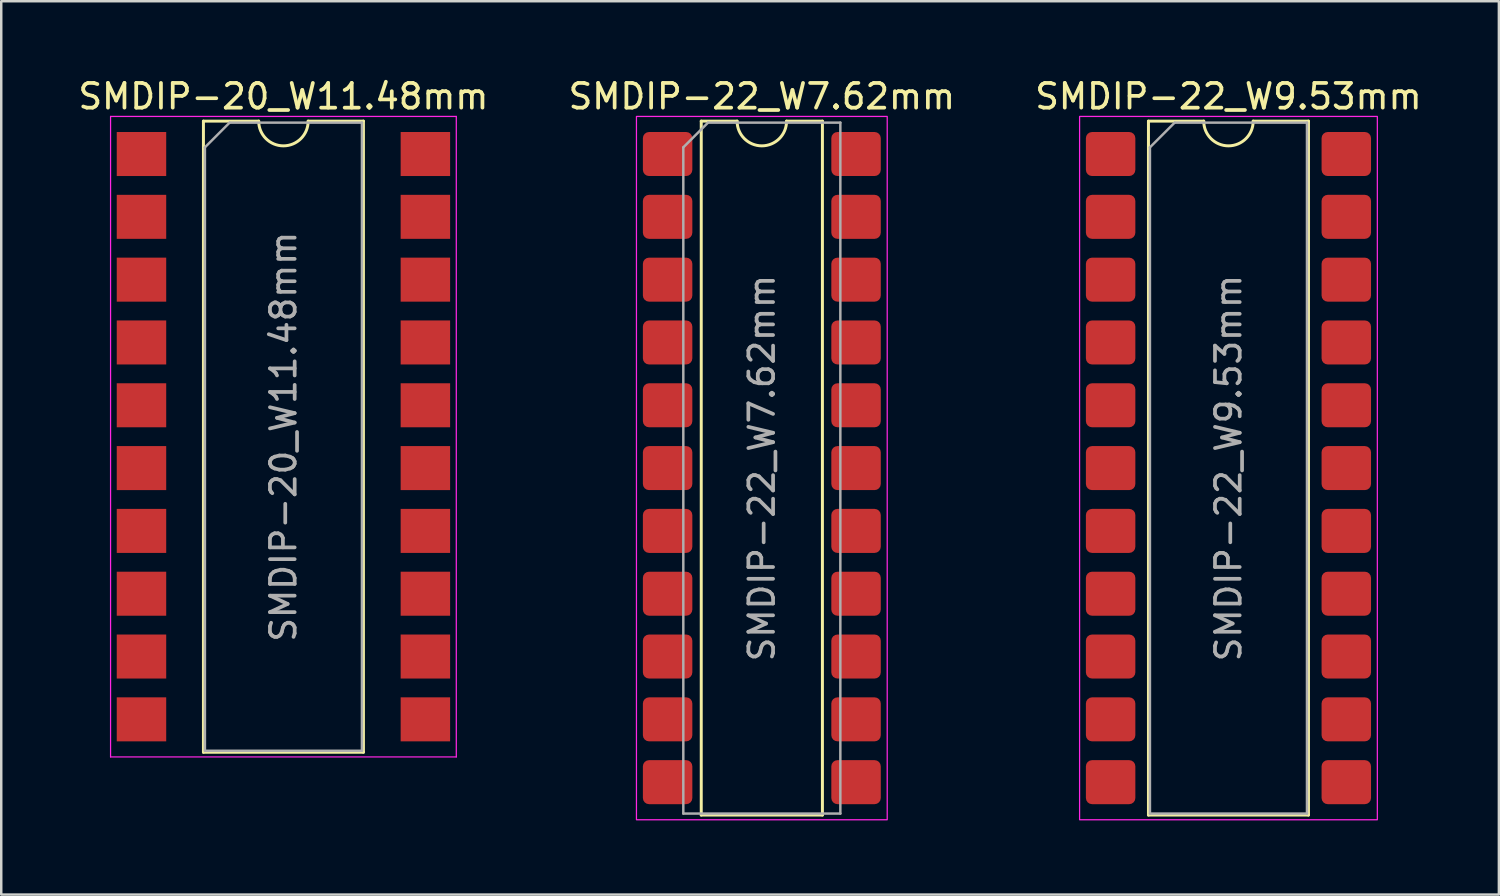
<source format=kicad_pcb>
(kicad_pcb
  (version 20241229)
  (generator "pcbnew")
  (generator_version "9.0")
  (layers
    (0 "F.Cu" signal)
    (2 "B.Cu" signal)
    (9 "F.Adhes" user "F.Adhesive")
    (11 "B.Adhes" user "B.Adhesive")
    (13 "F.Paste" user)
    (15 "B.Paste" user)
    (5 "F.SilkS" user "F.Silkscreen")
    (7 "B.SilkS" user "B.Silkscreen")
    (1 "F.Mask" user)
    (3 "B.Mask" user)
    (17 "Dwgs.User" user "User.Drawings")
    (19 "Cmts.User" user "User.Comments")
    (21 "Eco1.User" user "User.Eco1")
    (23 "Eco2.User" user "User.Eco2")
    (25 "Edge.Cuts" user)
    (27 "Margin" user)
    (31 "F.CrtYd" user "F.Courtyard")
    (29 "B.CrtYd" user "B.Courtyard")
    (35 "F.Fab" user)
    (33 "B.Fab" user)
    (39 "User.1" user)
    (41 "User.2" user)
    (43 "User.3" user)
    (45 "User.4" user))
  (footprint "SMDIP-22_W7.62mm"
    (layer "F.Cu")
    (at 27.756 15.878)
    (property "Reference" "SMDIP-22_W7.62mm" (at 0 -15.03 0) (layer "F.SilkS") (effects (font (size 1 1) (thickness 0.15))))
    (attr smd)
    (fp_line (start -2.45 -14.03) (end -2.45 14.03) (stroke (width 0.12) (type solid)) (layer "F.SilkS"))
    (fp_line (start -2.45 14.03) (end 2.45 14.03) (stroke (width 0.12) (type solid)) (layer "F.SilkS"))
    (fp_line (start -1 -14.03) (end -2.45 -14.03) (stroke (width 0.12) (type solid)) (layer "F.SilkS"))
    (fp_line (start 2.45 -14.03) (end 1 -14.03) (stroke (width 0.12) (type solid)) (layer "F.SilkS"))
    (fp_line (start 2.45 14.03) (end 2.45 -14.03) (stroke (width 0.12) (type solid)) (layer "F.SilkS"))
    (fp_arc (start 1 -14.03) (mid 0 -13.03) (end -1 -14.03) (stroke (width 0.12) (type solid)) (layer "F.SilkS"))
    (fp_rect (start -5.07 -14.22) (end 5.07 14.22) (stroke (width 0.05) (type solid)) (fill no) (layer "F.CrtYd"))
    (fp_line (start -3.175 -12.97) (end -2.175 -13.97) (stroke (width 0.1) (type solid)) (layer "F.Fab"))
    (fp_line (start -3.175 13.97) (end -3.175 -12.97) (stroke (width 0.1) (type solid)) (layer "F.Fab"))
    (fp_line (start -2.175 -13.97) (end 3.175 -13.97) (stroke (width 0.1) (type solid)) (layer "F.Fab"))
    (fp_line (start 3.175 -13.97) (end 3.175 13.97) (stroke (width 0.1) (type solid)) (layer "F.Fab"))
    (fp_line (start 3.175 13.97) (end -3.175 13.97) (stroke (width 0.1) (type solid)) (layer "F.Fab"))
    (fp_text user "${REFERENCE}" (at 0 0 90) (layer "F.Fab") (effects (font (size 1 1) (thickness 0.15))))
    (pad "1" smd roundrect (at -3.81 -12.7) (size 2 1.78) (layers "F.Cu" "F.Mask" "F.Paste") (roundrect_rratio 0.14))
    (pad "2" smd roundrect (at -3.81 -10.16) (size 2 1.78) (layers "F.Cu" "F.Mask" "F.Paste") (roundrect_rratio 0.14))
    (pad "3" smd roundrect (at -3.81 -7.62) (size 2 1.78) (layers "F.Cu" "F.Mask" "F.Paste") (roundrect_rratio 0.14))
    (pad "4" smd roundrect (at -3.81 -5.08) (size 2 1.78) (layers "F.Cu" "F.Mask" "F.Paste") (roundrect_rratio 0.14))
    (pad "5" smd roundrect (at -3.81 -2.54) (size 2 1.78) (layers "F.Cu" "F.Mask" "F.Paste") (roundrect_rratio 0.14))
    (pad "6" smd roundrect (at -3.81 0) (size 2 1.78) (layers "F.Cu" "F.Mask" "F.Paste") (roundrect_rratio 0.14))
    (pad "7" smd roundrect (at -3.81 2.54) (size 2 1.78) (layers "F.Cu" "F.Mask" "F.Paste") (roundrect_rratio 0.14))
    (pad "8" smd roundrect (at -3.81 5.08) (size 2 1.78) (layers "F.Cu" "F.Mask" "F.Paste") (roundrect_rratio 0.14))
    (pad "9" smd roundrect (at -3.81 7.62) (size 2 1.78) (layers "F.Cu" "F.Mask" "F.Paste") (roundrect_rratio 0.14))
    (pad "10" smd roundrect (at -3.81 10.16) (size 2 1.78) (layers "F.Cu" "F.Mask" "F.Paste") (roundrect_rratio 0.14))
    (pad "11" smd roundrect (at -3.81 12.7) (size 2 1.78) (layers "F.Cu" "F.Mask" "F.Paste") (roundrect_rratio 0.14))
    (pad "12" smd roundrect (at 3.81 12.7) (size 2 1.78) (layers "F.Cu" "F.Mask" "F.Paste") (roundrect_rratio 0.14))
    (pad "13" smd roundrect (at 3.81 10.16) (size 2 1.78) (layers "F.Cu" "F.Mask" "F.Paste") (roundrect_rratio 0.14))
    (pad "14" smd roundrect (at 3.81 7.62) (size 2 1.78) (layers "F.Cu" "F.Mask" "F.Paste") (roundrect_rratio 0.14))
    (pad "15" smd roundrect (at 3.81 5.08) (size 2 1.78) (layers "F.Cu" "F.Mask" "F.Paste") (roundrect_rratio 0.14))
    (pad "16" smd roundrect (at 3.81 2.54) (size 2 1.78) (layers "F.Cu" "F.Mask" "F.Paste") (roundrect_rratio 0.14))
    (pad "17" smd roundrect (at 3.81 0) (size 2 1.78) (layers "F.Cu" "F.Mask" "F.Paste") (roundrect_rratio 0.14))
    (pad "18" smd roundrect (at 3.81 -2.54) (size 2 1.78) (layers "F.Cu" "F.Mask" "F.Paste") (roundrect_rratio 0.14))
    (pad "19" smd roundrect (at 3.81 -5.08) (size 2 1.78) (layers "F.Cu" "F.Mask" "F.Paste") (roundrect_rratio 0.14))
    (pad "20" smd roundrect (at 3.81 -7.62) (size 2 1.78) (layers "F.Cu" "F.Mask" "F.Paste") (roundrect_rratio 0.14))
    (pad "21" smd roundrect (at 3.81 -10.16) (size 2 1.78) (layers "F.Cu" "F.Mask" "F.Paste") (roundrect_rratio 0.14))
    (pad "22" smd roundrect (at 3.81 -12.7) (size 2 1.78) (layers "F.Cu" "F.Mask" "F.Paste") (roundrect_rratio 0.14)))
  (footprint "SMDIP-20_W11.48mm"
    (layer "F.Cu")
    (at 8.411 14.608)
    (property "Reference" "SMDIP-20_W11.48mm" (at 0 -13.76 0) (layer "F.SilkS") (effects (font (size 1 1) (thickness 0.15))))
    (attr smd)
    (fp_line (start -3.235 -12.76) (end -3.235 12.76) (stroke (width 0.12) (type solid)) (layer "F.SilkS"))
    (fp_line (start -3.235 12.76) (end 3.235 12.76) (stroke (width 0.12) (type solid)) (layer "F.SilkS"))
    (fp_line (start -1 -12.76) (end -3.235 -12.76) (stroke (width 0.12) (type solid)) (layer "F.SilkS"))
    (fp_line (start 3.235 -12.76) (end 1 -12.76) (stroke (width 0.12) (type solid)) (layer "F.SilkS"))
    (fp_line (start 3.235 12.76) (end 3.235 -12.76) (stroke (width 0.12) (type solid)) (layer "F.SilkS"))
    (fp_arc (start 1 -12.76) (mid 0 -11.76) (end -1 -12.76) (stroke (width 0.12) (type solid)) (layer "F.SilkS"))
    (fp_line (start -6.99 -12.95) (end -6.99 12.95) (stroke (width 0.05) (type solid)) (layer "F.CrtYd"))
    (fp_line (start -6.99 12.95) (end 6.99 12.95) (stroke (width 0.05) (type solid)) (layer "F.CrtYd"))
    (fp_line (start 6.99 -12.95) (end -6.99 -12.95) (stroke (width 0.05) (type solid)) (layer "F.CrtYd"))
    (fp_line (start 6.99 12.95) (end 6.99 -12.95) (stroke (width 0.05) (type solid)) (layer "F.CrtYd"))
    (fp_line (start -3.175 -11.7) (end -2.175 -12.7) (stroke (width 0.1) (type solid)) (layer "F.Fab"))
    (fp_line (start -3.175 12.7) (end -3.175 -11.7) (stroke (width 0.1) (type solid)) (layer "F.Fab"))
    (fp_line (start -2.175 -12.7) (end 3.175 -12.7) (stroke (width 0.1) (type solid)) (layer "F.Fab"))
    (fp_line (start 3.175 -12.7) (end 3.175 12.7) (stroke (width 0.1) (type solid)) (layer "F.Fab"))
    (fp_line (start 3.175 12.7) (end -3.175 12.7) (stroke (width 0.1) (type solid)) (layer "F.Fab"))
    (fp_text user "${REFERENCE}" (at 0 0 90) (layer "F.Fab") (effects (font (size 1 1) (thickness 0.15))))
    (pad "1" smd rect (at -5.74 -11.43) (size 2 1.78) (layers "F.Cu" "F.Mask" "F.Paste"))
    (pad "2" smd rect (at -5.74 -8.89) (size 2 1.78) (layers "F.Cu" "F.Mask" "F.Paste"))
    (pad "3" smd rect (at -5.74 -6.35) (size 2 1.78) (layers "F.Cu" "F.Mask" "F.Paste"))
    (pad "4" smd rect (at -5.74 -3.81) (size 2 1.78) (layers "F.Cu" "F.Mask" "F.Paste"))
    (pad "5" smd rect (at -5.74 -1.27) (size 2 1.78) (layers "F.Cu" "F.Mask" "F.Paste"))
    (pad "6" smd rect (at -5.74 1.27) (size 2 1.78) (layers "F.Cu" "F.Mask" "F.Paste"))
    (pad "7" smd rect (at -5.74 3.81) (size 2 1.78) (layers "F.Cu" "F.Mask" "F.Paste"))
    (pad "8" smd rect (at -5.74 6.35) (size 2 1.78) (layers "F.Cu" "F.Mask" "F.Paste"))
    (pad "9" smd rect (at -5.74 8.89) (size 2 1.78) (layers "F.Cu" "F.Mask" "F.Paste"))
    (pad "10" smd rect (at -5.74 11.43) (size 2 1.78) (layers "F.Cu" "F.Mask" "F.Paste"))
    (pad "11" smd rect (at 5.74 11.43) (size 2 1.78) (layers "F.Cu" "F.Mask" "F.Paste"))
    (pad "12" smd rect (at 5.74 8.89) (size 2 1.78) (layers "F.Cu" "F.Mask" "F.Paste"))
    (pad "13" smd rect (at 5.74 6.35) (size 2 1.78) (layers "F.Cu" "F.Mask" "F.Paste"))
    (pad "14" smd rect (at 5.74 3.81) (size 2 1.78) (layers "F.Cu" "F.Mask" "F.Paste"))
    (pad "15" smd rect (at 5.74 1.27) (size 2 1.78) (layers "F.Cu" "F.Mask" "F.Paste"))
    (pad "16" smd rect (at 5.74 -1.27) (size 2 1.78) (layers "F.Cu" "F.Mask" "F.Paste"))
    (pad "17" smd rect (at 5.74 -3.81) (size 2 1.78) (layers "F.Cu" "F.Mask" "F.Paste"))
    (pad "18" smd rect (at 5.74 -6.35) (size 2 1.78) (layers "F.Cu" "F.Mask" "F.Paste"))
    (pad "19" smd rect (at 5.74 -8.89) (size 2 1.78) (layers "F.Cu" "F.Mask" "F.Paste"))
    (pad "20" smd rect (at 5.74 -11.43) (size 2 1.78) (layers "F.Cu" "F.Mask" "F.Paste")))
  (footprint "SMDIP-22_W9.53mm"
    (layer "F.Cu")
    (at 46.625 15.878)
    (property "Reference" "SMDIP-22_W9.53mm" (at 0 -15.03 0) (layer "F.SilkS") (effects (font (size 1 1) (thickness 0.15))))
    (attr smd)
    (fp_line (start -3.235 -14.03) (end -3.235 14.03) (stroke (width 0.12) (type solid)) (layer "F.SilkS"))
    (fp_line (start -3.235 14.03) (end 3.235 14.03) (stroke (width 0.12) (type solid)) (layer "F.SilkS"))
    (fp_line (start -1 -14.03) (end -3.235 -14.03) (stroke (width 0.12) (type solid)) (layer "F.SilkS"))
    (fp_line (start 3.235 -14.03) (end 1 -14.03) (stroke (width 0.12) (type solid)) (layer "F.SilkS"))
    (fp_line (start 3.235 14.03) (end 3.235 -14.03) (stroke (width 0.12) (type solid)) (layer "F.SilkS"))
    (fp_arc (start 1 -14.03) (mid 0 -13.03) (end -1 -14.03) (stroke (width 0.12) (type solid)) (layer "F.SilkS"))
    (fp_rect (start -6.02 -14.22) (end 6.02 14.22) (stroke (width 0.05) (type solid)) (fill no) (layer "F.CrtYd"))
    (fp_line (start -3.175 -12.97) (end -2.175 -13.97) (stroke (width 0.1) (type solid)) (layer "F.Fab"))
    (fp_line (start -3.175 13.97) (end -3.175 -12.97) (stroke (width 0.1) (type solid)) (layer "F.Fab"))
    (fp_line (start -2.175 -13.97) (end 3.175 -13.97) (stroke (width 0.1) (type solid)) (layer "F.Fab"))
    (fp_line (start 3.175 -13.97) (end 3.175 13.97) (stroke (width 0.1) (type solid)) (layer "F.Fab"))
    (fp_line (start 3.175 13.97) (end -3.175 13.97) (stroke (width 0.1) (type solid)) (layer "F.Fab"))
    (fp_text user "${REFERENCE}" (at 0 0 90) (layer "F.Fab") (effects (font (size 1 1) (thickness 0.15))))
    (pad "1" smd roundrect (at -4.765 -12.7) (size 2 1.78) (layers "F.Cu" "F.Mask" "F.Paste") (roundrect_rratio 0.14))
    (pad "2" smd roundrect (at -4.765 -10.16) (size 2 1.78) (layers "F.Cu" "F.Mask" "F.Paste") (roundrect_rratio 0.14))
    (pad "3" smd roundrect (at -4.765 -7.62) (size 2 1.78) (layers "F.Cu" "F.Mask" "F.Paste") (roundrect_rratio 0.14))
    (pad "4" smd roundrect (at -4.765 -5.08) (size 2 1.78) (layers "F.Cu" "F.Mask" "F.Paste") (roundrect_rratio 0.14))
    (pad "5" smd roundrect (at -4.765 -2.54) (size 2 1.78) (layers "F.Cu" "F.Mask" "F.Paste") (roundrect_rratio 0.14))
    (pad "6" smd roundrect (at -4.765 0) (size 2 1.78) (layers "F.Cu" "F.Mask" "F.Paste") (roundrect_rratio 0.14))
    (pad "7" smd roundrect (at -4.765 2.54) (size 2 1.78) (layers "F.Cu" "F.Mask" "F.Paste") (roundrect_rratio 0.14))
    (pad "8" smd roundrect (at -4.765 5.08) (size 2 1.78) (layers "F.Cu" "F.Mask" "F.Paste") (roundrect_rratio 0.14))
    (pad "9" smd roundrect (at -4.765 7.62) (size 2 1.78) (layers "F.Cu" "F.Mask" "F.Paste") (roundrect_rratio 0.14))
    (pad "10" smd roundrect (at -4.765 10.16) (size 2 1.78) (layers "F.Cu" "F.Mask" "F.Paste") (roundrect_rratio 0.14))
    (pad "11" smd roundrect (at -4.765 12.7) (size 2 1.78) (layers "F.Cu" "F.Mask" "F.Paste") (roundrect_rratio 0.14))
    (pad "12" smd roundrect (at 4.765 12.7) (size 2 1.78) (layers "F.Cu" "F.Mask" "F.Paste") (roundrect_rratio 0.14))
    (pad "13" smd roundrect (at 4.765 10.16) (size 2 1.78) (layers "F.Cu" "F.Mask" "F.Paste") (roundrect_rratio 0.14))
    (pad "14" smd roundrect (at 4.765 7.62) (size 2 1.78) (layers "F.Cu" "F.Mask" "F.Paste") (roundrect_rratio 0.14))
    (pad "15" smd roundrect (at 4.765 5.08) (size 2 1.78) (layers "F.Cu" "F.Mask" "F.Paste") (roundrect_rratio 0.14))
    (pad "16" smd roundrect (at 4.765 2.54) (size 2 1.78) (layers "F.Cu" "F.Mask" "F.Paste") (roundrect_rratio 0.14))
    (pad "17" smd roundrect (at 4.765 0) (size 2 1.78) (layers "F.Cu" "F.Mask" "F.Paste") (roundrect_rratio 0.14))
    (pad "18" smd roundrect (at 4.765 -2.54) (size 2 1.78) (layers "F.Cu" "F.Mask" "F.Paste") (roundrect_rratio 0.14))
    (pad "19" smd roundrect (at 4.765 -5.08) (size 2 1.78) (layers "F.Cu" "F.Mask" "F.Paste") (roundrect_rratio 0.14))
    (pad "20" smd roundrect (at 4.765 -7.62) (size 2 1.78) (layers "F.Cu" "F.Mask" "F.Paste") (roundrect_rratio 0.14))
    (pad "21" smd roundrect (at 4.765 -10.16) (size 2 1.78) (layers "F.Cu" "F.Mask" "F.Paste") (roundrect_rratio 0.14))
    (pad "22" smd roundrect (at 4.765 -12.7) (size 2 1.78) (layers "F.Cu" "F.Mask" "F.Paste") (roundrect_rratio 0.14)))
  (gr_rect
    (start -3 -3)
    (end 57.56 33.123)
    (stroke (width 0.1) (type default))
    (fill no)
    (layer "Edge.Cuts")))
</source>
